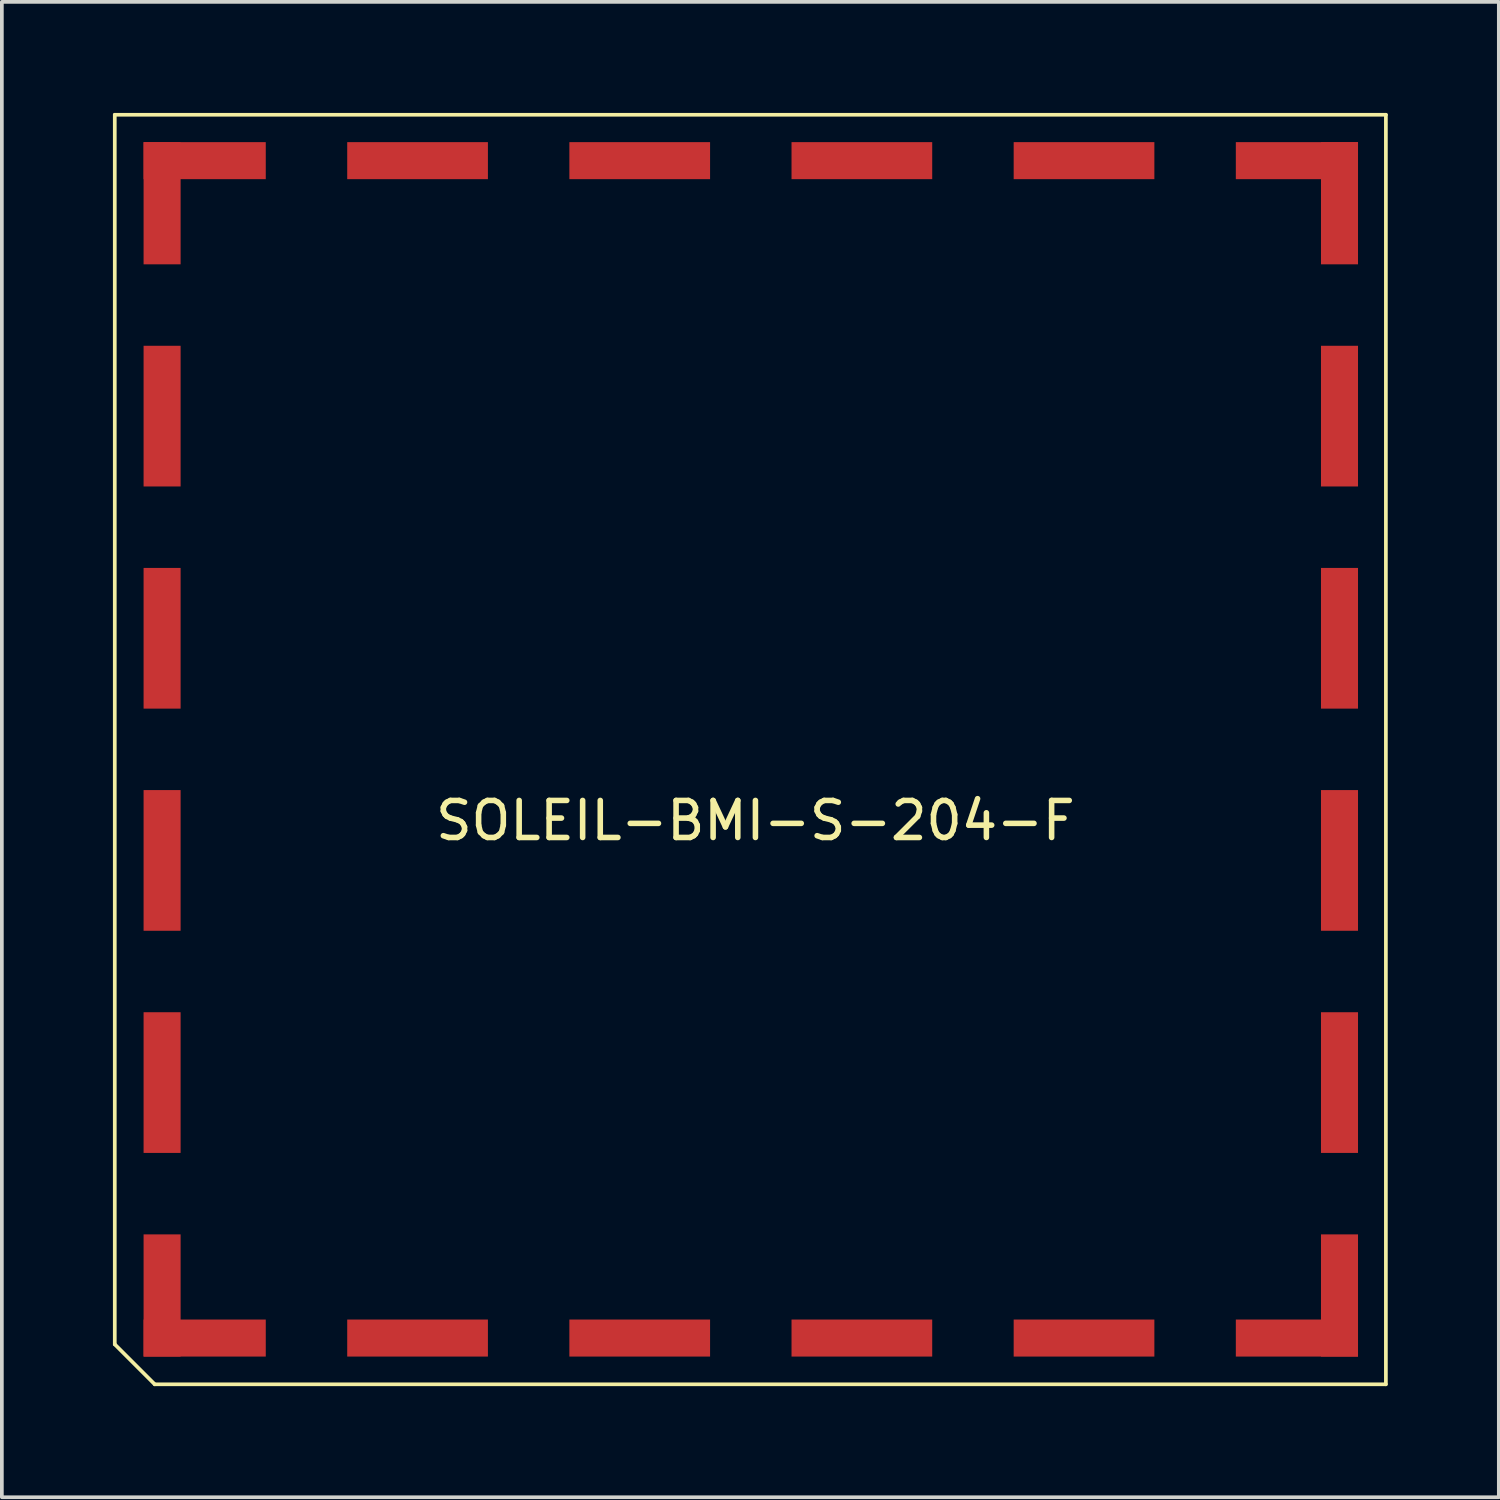
<source format=kicad_pcb>
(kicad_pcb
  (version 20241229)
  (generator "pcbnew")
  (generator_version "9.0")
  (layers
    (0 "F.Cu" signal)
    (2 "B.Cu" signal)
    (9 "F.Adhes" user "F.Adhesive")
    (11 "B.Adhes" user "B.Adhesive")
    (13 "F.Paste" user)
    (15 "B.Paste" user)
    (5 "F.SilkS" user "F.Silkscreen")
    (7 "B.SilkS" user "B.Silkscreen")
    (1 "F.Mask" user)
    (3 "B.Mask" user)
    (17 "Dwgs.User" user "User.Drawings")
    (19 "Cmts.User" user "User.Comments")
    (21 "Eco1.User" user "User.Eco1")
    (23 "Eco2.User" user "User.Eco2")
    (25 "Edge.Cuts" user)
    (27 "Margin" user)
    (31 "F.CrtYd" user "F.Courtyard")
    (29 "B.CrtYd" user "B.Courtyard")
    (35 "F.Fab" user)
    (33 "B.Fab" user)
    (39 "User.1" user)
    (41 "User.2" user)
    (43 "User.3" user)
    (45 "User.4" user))
  (footprint "SOLEIL-BMI-S-204-F"
    (layer "F.Cu")
    (at 2.478 33.089)
    (property "Reference" "SOLEIL-BMI-S-204-F" (at 14.875 -13.975 0) (layer "F.SilkS") (effects (font (size 1 1) (thickness 0.15))))
    (attr through_hole)
    (fp_line (start -2.428 -33.039) (end 31.903 -33.039) (stroke (width 0.1) (type solid)) (layer "F.SilkS"))
    (fp_line (start -2.428 0.17) (end -2.428 -33.039) (stroke (width 0.1) (type solid)) (layer "F.SilkS"))
    (fp_line (start -2.428 0.17) (end -1.349 1.249) (stroke (width 0.1) (type solid)) (layer "F.SilkS"))
    (fp_line (start -1.349 1.249) (end 31.9 1.249) (stroke (width 0.1) (type solid)) (layer "F.SilkS"))
    (fp_line (start 31.903 -33.039) (end 31.903 1.249) (stroke (width 0.1) (type solid)) (layer "F.SilkS"))
    (pad "1" smd rect (at 0 0) (size 3.3 1) (layers "F.Cu" "F.Mask" "F.Paste"))
    (pad "2" smd rect (at 5.75 0) (size 3.8 1) (layers "F.Cu" "F.Mask" "F.Paste"))
    (pad "3" smd rect (at 11.75 0) (size 3.8 1) (layers "F.Cu" "F.Mask" "F.Paste"))
    (pad "4" smd rect (at 17.75 0) (size 3.8 1) (layers "F.Cu" "F.Mask" "F.Paste"))
    (pad "5" smd rect (at 23.75 0) (size 3.8 1) (layers "F.Cu" "F.Mask" "F.Paste"))
    (pad "6" smd rect (at 29.5 0) (size 3.3 1) (layers "F.Cu" "F.Mask" "F.Paste"))
    (pad "7" smd rect (at 30.65 -1.15) (size 1 3.3) (layers "F.Cu" "F.Mask" "F.Paste"))
    (pad "8" smd rect (at 30.65 -6.9) (size 1 3.8) (layers "F.Cu" "F.Mask" "F.Paste"))
    (pad "9" smd rect (at 30.65 -12.9) (size 1 3.8) (layers "F.Cu" "F.Mask" "F.Paste"))
    (pad "10" smd rect (at 30.65 -18.9) (size 1 3.8) (layers "F.Cu" "F.Mask" "F.Paste"))
    (pad "11" smd rect (at 30.65 -24.9) (size 1 3.8) (layers "F.Cu" "F.Mask" "F.Paste"))
    (pad "12" smd rect (at 30.65 -30.65) (size 1 3.3) (layers "F.Cu" "F.Mask" "F.Paste"))
    (pad "13" smd rect (at 29.5 -31.8) (size 3.3 1) (layers "F.Cu" "F.Mask" "F.Paste"))
    (pad "14" smd rect (at 23.75 -31.8) (size 3.8 1) (layers "F.Cu" "F.Mask" "F.Paste"))
    (pad "15" smd rect (at 17.75 -31.8) (size 3.8 1) (layers "F.Cu" "F.Mask" "F.Paste"))
    (pad "16" smd rect (at 11.75 -31.8) (size 3.8 1) (layers "F.Cu" "F.Mask" "F.Paste"))
    (pad "17" smd rect (at 5.75 -31.8) (size 3.8 1) (layers "F.Cu" "F.Mask" "F.Paste"))
    (pad "18" smd rect (at 0 -31.8) (size 3.3 1) (layers "F.Cu" "F.Mask" "F.Paste"))
    (pad "19" smd rect (at -1.15 -30.65) (size 1 3.3) (layers "F.Cu" "F.Mask" "F.Paste"))
    (pad "20" smd rect (at -1.15 -24.9) (size 1 3.8) (layers "F.Cu" "F.Mask" "F.Paste"))
    (pad "21" smd rect (at -1.15 -18.9) (size 1 3.8) (layers "F.Cu" "F.Mask" "F.Paste"))
    (pad "22" smd rect (at -1.15 -12.9) (size 1 3.8) (layers "F.Cu" "F.Mask" "F.Paste"))
    (pad "23" smd rect (at -1.15 -6.9) (size 1 3.8) (layers "F.Cu" "F.Mask" "F.Paste"))
    (pad "24" smd rect (at -1.15 -1.15) (size 1 3.3) (layers "F.Cu" "F.Mask" "F.Paste")))
  (gr_rect
    (start -3 -3)
    (end 37.431 37.388)
    (stroke (width 0.1) (type default))
    (fill no)
    (layer "Edge.Cuts")))
</source>
